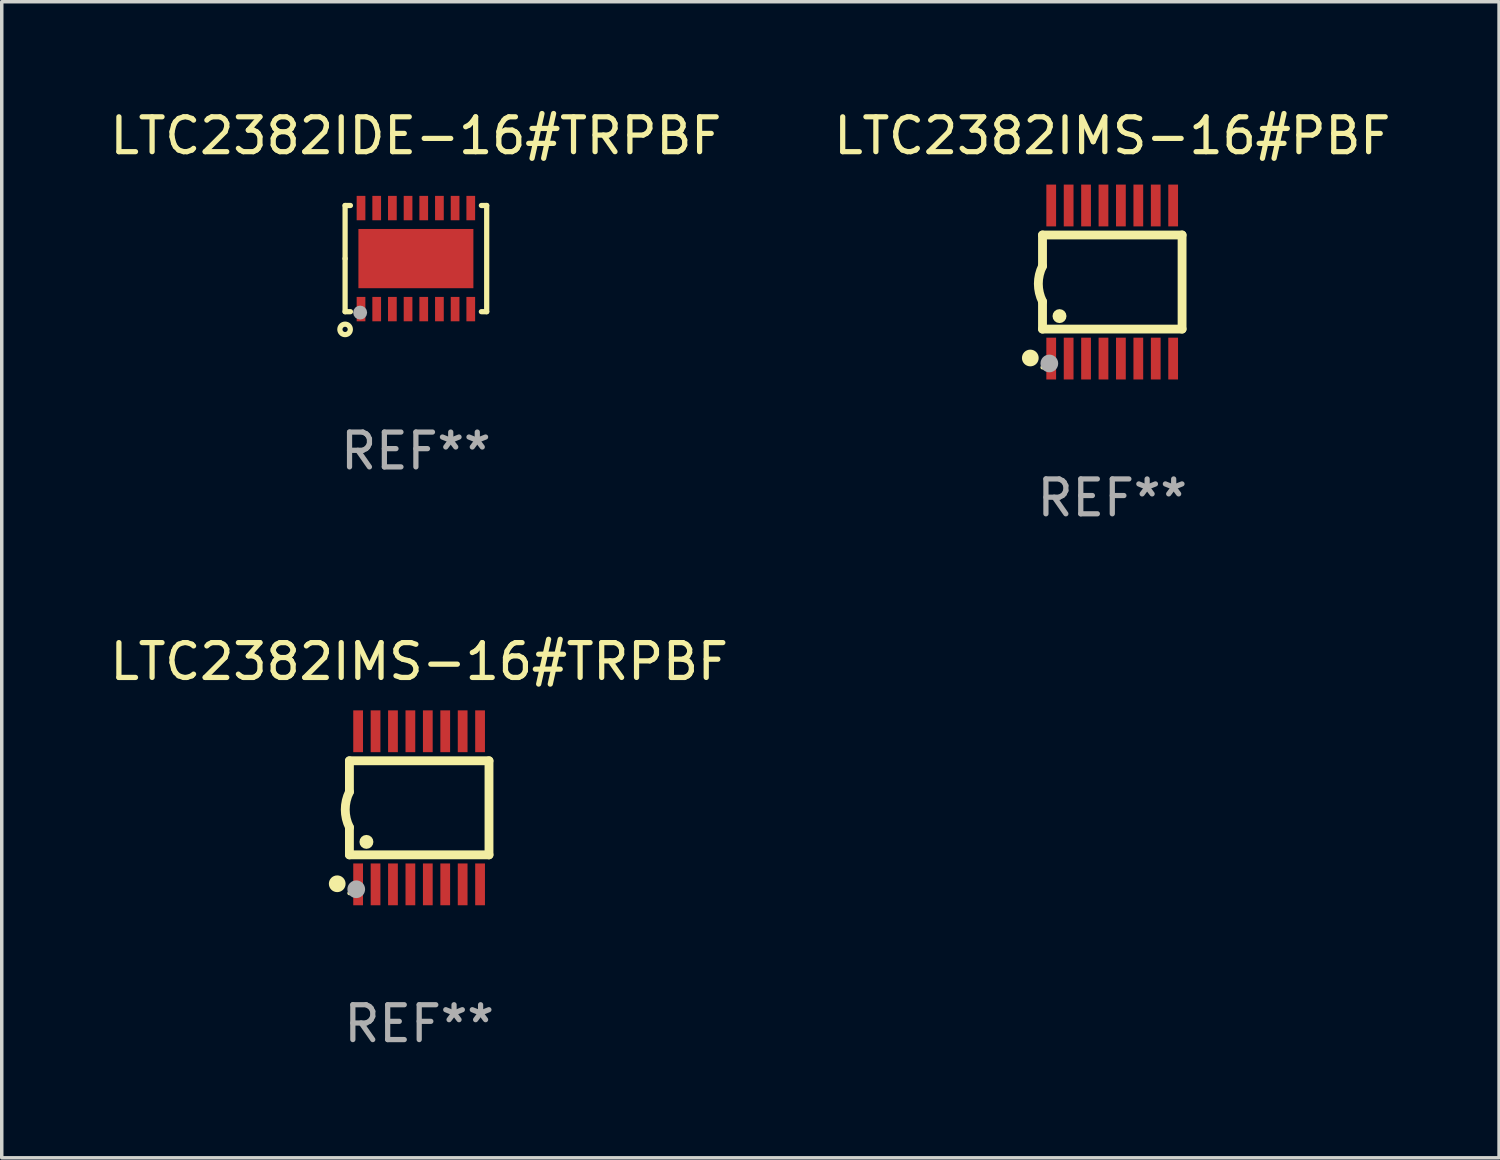
<source format=kicad_pcb>
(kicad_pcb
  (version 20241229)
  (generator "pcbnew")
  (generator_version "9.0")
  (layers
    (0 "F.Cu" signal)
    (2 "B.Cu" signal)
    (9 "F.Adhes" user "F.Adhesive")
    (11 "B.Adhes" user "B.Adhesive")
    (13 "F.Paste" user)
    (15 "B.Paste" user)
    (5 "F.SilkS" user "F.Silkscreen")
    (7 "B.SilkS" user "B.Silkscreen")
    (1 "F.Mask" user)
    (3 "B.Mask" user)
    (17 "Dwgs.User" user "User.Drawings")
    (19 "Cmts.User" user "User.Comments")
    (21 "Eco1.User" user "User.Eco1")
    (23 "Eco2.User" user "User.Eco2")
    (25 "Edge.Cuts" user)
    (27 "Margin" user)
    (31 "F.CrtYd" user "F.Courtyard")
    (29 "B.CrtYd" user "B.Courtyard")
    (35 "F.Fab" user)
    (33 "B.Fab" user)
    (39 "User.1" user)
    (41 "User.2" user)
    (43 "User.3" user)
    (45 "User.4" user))
  (footprint "LTC2382IDE-16#TRPBF"
    (layer "F.Cu")
    (at 8.887 4.372)
    (property "Reference" "LTC2382IDE-16#TRPBF" (at 0 -3.524 0) (layer "F.SilkS") (effects (font (size 1 1) (thickness 0.15))))
    (attr through_hole)
    (fp_line (start -2.032 -1.524) (end -1.879 -1.524) (stroke (width 0.15) (type solid)) (layer "F.SilkS"))
    (fp_line (start -2.032 0) (end -2.032 -1.524) (stroke (width 0.15) (type solid)) (layer "F.SilkS"))
    (fp_line (start -2.032 1.524) (end -2.032 0) (stroke (width 0.15) (type solid)) (layer "F.SilkS"))
    (fp_line (start -1.879 1.524) (end -2.032 1.524) (stroke (width 0.15) (type solid)) (layer "F.SilkS"))
    (fp_line (start 1.879 -1.524) (end 2.032 -1.524) (stroke (width 0.15) (type solid)) (layer "F.SilkS"))
    (fp_line (start 2.032 -1.524) (end 2.032 1.524) (stroke (width 0.15) (type solid)) (layer "F.SilkS"))
    (fp_line (start 2.032 1.524) (end 1.879 1.524) (stroke (width 0.15) (type solid)) (layer "F.SilkS"))
    (fp_circle (center -2.032 2.032) (end -1.882 2.032) (stroke (width 0.15) (type solid)) (fill no) (layer "F.SilkS"))
    (fp_circle (center -2 1.5) (end -1.97 1.5) (stroke (width 0.06) (type solid)) (fill no) (layer "F.SilkS"))
    (fp_circle (center -1.6 1.55) (end -1.5 1.55) (stroke (width 0.2) (type solid)) (fill no) (layer "F.Fab"))
    (fp_text user "REF**" (at 0 5.524 0) (layer "F.Fab") (effects (font (size 1 1) (thickness 0.15))))
    (pad "1" smd rect (at -1.575 1.45 90) (size 0.7 0.25) (layers "F.Cu" "F.Mask" "F.Paste"))
    (pad "2" smd rect (at -1.125 1.45 90) (size 0.7 0.25) (layers "F.Cu" "F.Mask" "F.Paste"))
    (pad "3" smd rect (at -0.675 1.45 90) (size 0.7 0.25) (layers "F.Cu" "F.Mask" "F.Paste"))
    (pad "4" smd rect (at -0.225 1.45 90) (size 0.7 0.25) (layers "F.Cu" "F.Mask" "F.Paste"))
    (pad "5" smd rect (at 0.225 1.45 90) (size 0.7 0.25) (layers "F.Cu" "F.Mask" "F.Paste"))
    (pad "6" smd rect (at 0.675 1.45 90) (size 0.7 0.25) (layers "F.Cu" "F.Mask" "F.Paste"))
    (pad "7" smd rect (at 1.125 1.45 90) (size 0.7 0.25) (layers "F.Cu" "F.Mask" "F.Paste"))
    (pad "8" smd rect (at 1.575 1.45 90) (size 0.7 0.25) (layers "F.Cu" "F.Mask" "F.Paste"))
    (pad "9" smd rect (at 1.575 -1.45 90) (size 0.7 0.25) (layers "F.Cu" "F.Mask" "F.Paste"))
    (pad "10" smd rect (at 1.125 -1.45 90) (size 0.7 0.25) (layers "F.Cu" "F.Mask" "F.Paste"))
    (pad "11" smd rect (at 0.675 -1.45 90) (size 0.7 0.25) (layers "F.Cu" "F.Mask" "F.Paste"))
    (pad "12" smd rect (at 0.225 -1.45 90) (size 0.7 0.25) (layers "F.Cu" "F.Mask" "F.Paste"))
    (pad "13" smd rect (at -0.225 -1.45 90) (size 0.7 0.25) (layers "F.Cu" "F.Mask" "F.Paste"))
    (pad "14" smd rect (at -0.675 -1.45 90) (size 0.7 0.25) (layers "F.Cu" "F.Mask" "F.Paste"))
    (pad "15" smd rect (at -1.125 -1.45 90) (size 0.7 0.25) (layers "F.Cu" "F.Mask" "F.Paste"))
    (pad "16" smd rect (at -1.575 -1.45 90) (size 0.7 0.25) (layers "F.Cu" "F.Mask" "F.Paste"))
    (pad "17" smd rect (at 0.000127 0 90) (size 1.7 3.3) (layers "F.Cu" "F.Mask" "F.Paste")))
  (footprint "LTC2382IMS-16#TRPBF"
    (layer "F.Cu")
    (at 8.982 20.136)
    (property "Reference" "LTC2382IMS-16#TRPBF" (at 0 -4.197 0) (layer "F.SilkS") (effects (font (size 1 1) (thickness 0.15))))
    (attr through_hole)
    (fp_line (start -2.003 -1.35) (end -2.003 -0.457) (stroke (width 0.254) (type solid)) (layer "F.SilkS"))
    (fp_line (start -2.003 -1.35) (end 2.003 -1.35) (stroke (width 0.254) (type solid)) (layer "F.SilkS"))
    (fp_line (start -2.003 1.35) (end -2.003 0.559) (stroke (width 0.254) (type solid)) (layer "F.SilkS"))
    (fp_line (start -2.003 1.35) (end 2.003 1.35) (stroke (width 0.254) (type solid)) (layer "F.SilkS"))
    (fp_line (start 2.003 -1.35) (end 2.003 1.35) (stroke (width 0.254) (type solid)) (layer "F.SilkS"))
    (fp_arc (start -2.002286 0.558802) (mid -2.122556 0.05092) (end -2.003302 -0.457201) (stroke (width 0.254001) (type solid)) (layer "F.SilkS"))
    (fp_circle (center -2.353 2.18) (end -2.233 2.18) (stroke (width 0.24) (type solid)) (fill no) (layer "F.SilkS"))
    (fp_circle (center -2.003 2.45) (end -1.973 2.45) (stroke (width 0.06) (type solid)) (fill no) (layer "F.SilkS"))
    (fp_circle (center -1.515 0.978) (end -1.415 0.978) (stroke (width 0.2) (type solid)) (fill no) (layer "F.SilkS"))
    (fp_circle (center -1.807 2.337) (end -1.68 2.337) (stroke (width 0.254) (type solid)) (fill no) (layer "F.Fab"))
    (fp_text user "REF**" (at 0 6.197 0) (layer "F.Fab") (effects (font (size 1 1) (thickness 0.15))))
    (pad "1" smd rect (at -1.753 2.197 90) (size 1.2 0.28) (layers "F.Cu" "F.Mask" "F.Paste"))
    (pad "2" smd rect (at -1.253 2.197 90) (size 1.2 0.28) (layers "F.Cu" "F.Mask" "F.Paste"))
    (pad "3" smd rect (at -0.753 2.197 90) (size 1.2 0.28) (layers "F.Cu" "F.Mask" "F.Paste"))
    (pad "4" smd rect (at -0.253 2.197 90) (size 1.2 0.28) (layers "F.Cu" "F.Mask" "F.Paste"))
    (pad "5" smd rect (at 0.247 2.197 90) (size 1.2 0.28) (layers "F.Cu" "F.Mask" "F.Paste"))
    (pad "6" smd rect (at 0.747 2.197 90) (size 1.2 0.28) (layers "F.Cu" "F.Mask" "F.Paste"))
    (pad "7" smd rect (at 1.247 2.197 90) (size 1.2 0.28) (layers "F.Cu" "F.Mask" "F.Paste"))
    (pad "8" smd rect (at 1.747 2.197 90) (size 1.2 0.28) (layers "F.Cu" "F.Mask" "F.Paste"))
    (pad "9" smd rect (at 1.747 -2.197 90) (size 1.2 0.28) (layers "F.Cu" "F.Mask" "F.Paste"))
    (pad "10" smd rect (at 1.247 -2.197 90) (size 1.2 0.28) (layers "F.Cu" "F.Mask" "F.Paste"))
    (pad "11" smd rect (at 0.747 -2.197 90) (size 1.2 0.28) (layers "F.Cu" "F.Mask" "F.Paste"))
    (pad "12" smd rect (at 0.247 -2.197 90) (size 1.2 0.28) (layers "F.Cu" "F.Mask" "F.Paste"))
    (pad "13" smd rect (at -0.253 -2.197 90) (size 1.2 0.28) (layers "F.Cu" "F.Mask" "F.Paste"))
    (pad "14" smd rect (at -0.753 -2.197 90) (size 1.2 0.28) (layers "F.Cu" "F.Mask" "F.Paste"))
    (pad "15" smd rect (at -1.253 -2.197 90) (size 1.2 0.28) (layers "F.Cu" "F.Mask" "F.Paste"))
    (pad "16" smd rect (at -1.753 -2.197 90) (size 1.2 0.28) (layers "F.Cu" "F.Mask" "F.Paste")))
  (footprint "LTC2382IMS-16#PBF"
    (layer "F.Cu")
    (at 28.875 5.045)
    (property "Reference" "LTC2382IMS-16#PBF" (at 0 -4.197 0) (layer "F.SilkS") (effects (font (size 1 1) (thickness 0.15))))
    (attr through_hole)
    (fp_line (start -2.003 -1.35) (end -2.003 -0.457) (stroke (width 0.254) (type solid)) (layer "F.SilkS"))
    (fp_line (start -2.003 -1.35) (end 2.003 -1.35) (stroke (width 0.254) (type solid)) (layer "F.SilkS"))
    (fp_line (start -2.003 1.35) (end -2.003 0.559) (stroke (width 0.254) (type solid)) (layer "F.SilkS"))
    (fp_line (start -2.003 1.35) (end 2.003 1.35) (stroke (width 0.254) (type solid)) (layer "F.SilkS"))
    (fp_line (start 2.003 -1.35) (end 2.003 1.35) (stroke (width 0.254) (type solid)) (layer "F.SilkS"))
    (fp_arc (start -2.002286 0.558802) (mid -2.122556 0.05092) (end -2.003302 -0.457201) (stroke (width 0.254001) (type solid)) (layer "F.SilkS"))
    (fp_circle (center -2.353 2.18) (end -2.233 2.18) (stroke (width 0.24) (type solid)) (fill no) (layer "F.SilkS"))
    (fp_circle (center -2.003 2.45) (end -1.973 2.45) (stroke (width 0.06) (type solid)) (fill no) (layer "F.SilkS"))
    (fp_circle (center -1.515 0.978) (end -1.415 0.978) (stroke (width 0.2) (type solid)) (fill no) (layer "F.SilkS"))
    (fp_circle (center -1.807 2.337) (end -1.68 2.337) (stroke (width 0.254) (type solid)) (fill no) (layer "F.Fab"))
    (fp_text user "REF**" (at 0 6.197 0) (layer "F.Fab") (effects (font (size 1 1) (thickness 0.15))))
    (pad "1" smd rect (at -1.753 2.197 90) (size 1.2 0.28) (layers "F.Cu" "F.Mask" "F.Paste"))
    (pad "2" smd rect (at -1.253 2.197 90) (size 1.2 0.28) (layers "F.Cu" "F.Mask" "F.Paste"))
    (pad "3" smd rect (at -0.753 2.197 90) (size 1.2 0.28) (layers "F.Cu" "F.Mask" "F.Paste"))
    (pad "4" smd rect (at -0.253 2.197 90) (size 1.2 0.28) (layers "F.Cu" "F.Mask" "F.Paste"))
    (pad "5" smd rect (at 0.247 2.197 90) (size 1.2 0.28) (layers "F.Cu" "F.Mask" "F.Paste"))
    (pad "6" smd rect (at 0.747 2.197 90) (size 1.2 0.28) (layers "F.Cu" "F.Mask" "F.Paste"))
    (pad "7" smd rect (at 1.247 2.197 90) (size 1.2 0.28) (layers "F.Cu" "F.Mask" "F.Paste"))
    (pad "8" smd rect (at 1.747 2.197 90) (size 1.2 0.28) (layers "F.Cu" "F.Mask" "F.Paste"))
    (pad "9" smd rect (at 1.747 -2.197 90) (size 1.2 0.28) (layers "F.Cu" "F.Mask" "F.Paste"))
    (pad "10" smd rect (at 1.247 -2.197 90) (size 1.2 0.28) (layers "F.Cu" "F.Mask" "F.Paste"))
    (pad "11" smd rect (at 0.747 -2.197 90) (size 1.2 0.28) (layers "F.Cu" "F.Mask" "F.Paste"))
    (pad "12" smd rect (at 0.247 -2.197 90) (size 1.2 0.28) (layers "F.Cu" "F.Mask" "F.Paste"))
    (pad "13" smd rect (at -0.253 -2.197 90) (size 1.2 0.28) (layers "F.Cu" "F.Mask" "F.Paste"))
    (pad "14" smd rect (at -0.753 -2.197 90) (size 1.2 0.28) (layers "F.Cu" "F.Mask" "F.Paste"))
    (pad "15" smd rect (at -1.253 -2.197 90) (size 1.2 0.28) (layers "F.Cu" "F.Mask" "F.Paste"))
    (pad "16" smd rect (at -1.753 -2.197 90) (size 1.2 0.28) (layers "F.Cu" "F.Mask" "F.Paste")))
  (gr_rect
    (start -3 -3)
    (end 39.976 30.181)
    (stroke (width 0.1) (type default))
    (fill no)
    (layer "Edge.Cuts")))
</source>
